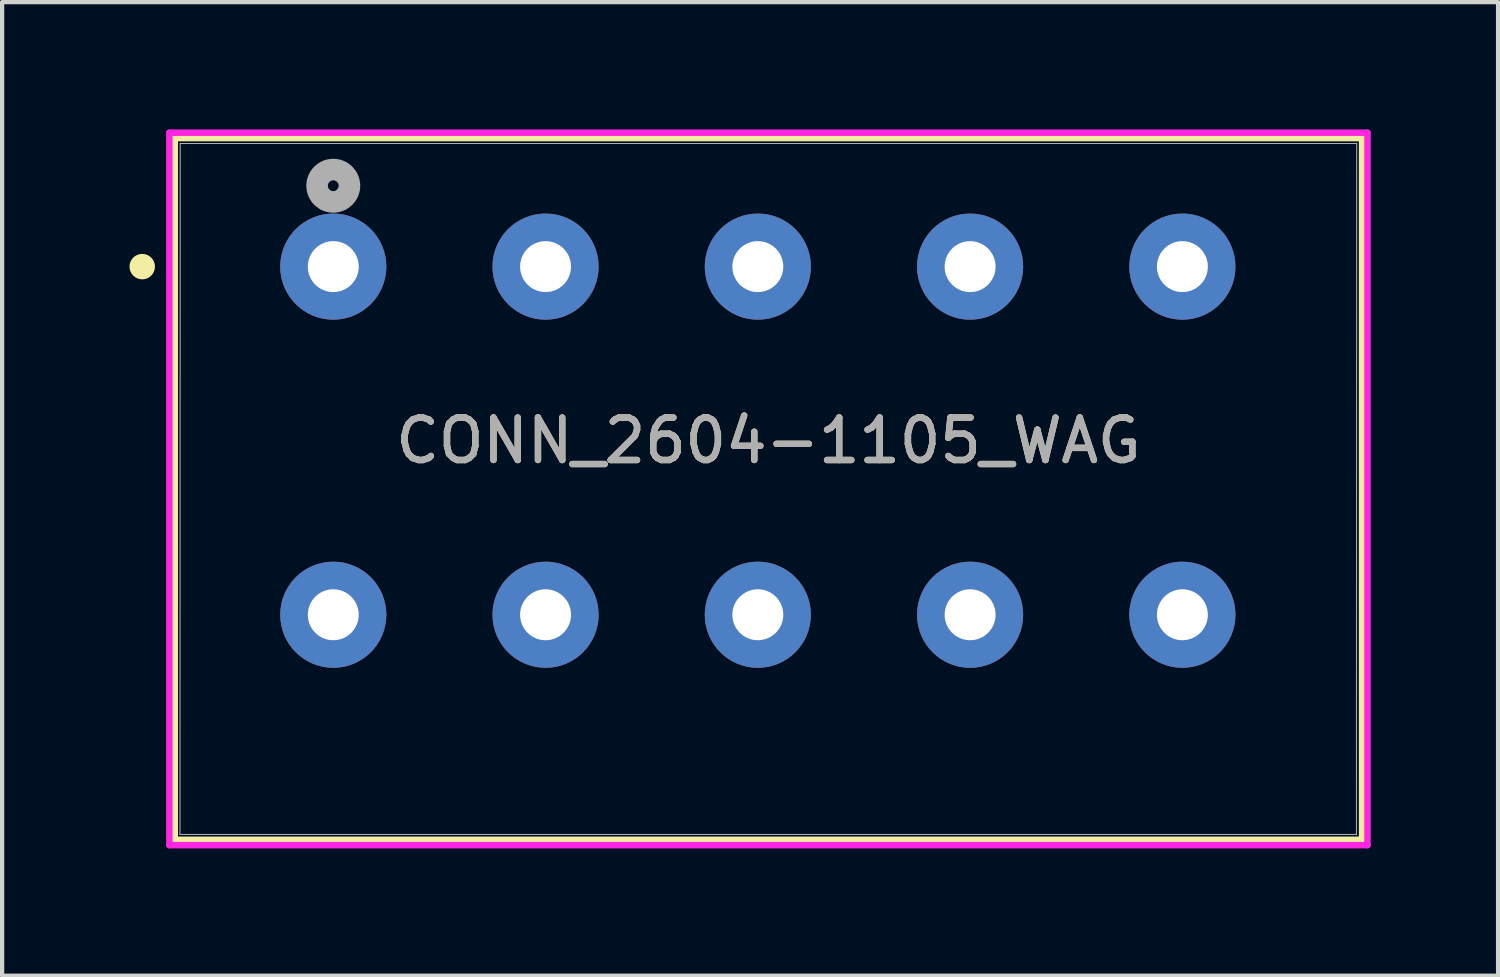
<source format=kicad_pcb>
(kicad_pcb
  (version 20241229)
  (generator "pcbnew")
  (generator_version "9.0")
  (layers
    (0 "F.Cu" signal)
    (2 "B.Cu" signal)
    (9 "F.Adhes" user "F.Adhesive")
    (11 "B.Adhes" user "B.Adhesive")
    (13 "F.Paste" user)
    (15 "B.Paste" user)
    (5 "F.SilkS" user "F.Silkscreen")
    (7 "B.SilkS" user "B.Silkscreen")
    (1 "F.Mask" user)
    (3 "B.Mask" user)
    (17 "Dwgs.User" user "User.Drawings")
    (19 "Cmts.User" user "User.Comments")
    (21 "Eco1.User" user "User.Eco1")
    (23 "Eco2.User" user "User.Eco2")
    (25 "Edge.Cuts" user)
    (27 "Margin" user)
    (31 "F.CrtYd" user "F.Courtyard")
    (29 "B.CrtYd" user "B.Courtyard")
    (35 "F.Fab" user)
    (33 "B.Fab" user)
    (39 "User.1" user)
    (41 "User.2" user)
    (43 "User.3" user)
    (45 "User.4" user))
  (footprint "CONN_2604-1105_WAG"
    (layer "F.Cu")
    (at 4.8 3.23)
    (property "Reference" "CONN_2604-1105_WAG" (at 10.25 4.1 0) (unlocked yes) (layer "F.SilkS") (effects (font (size 1 1) (thickness 0.15))))
    (attr through_hole)
    (fp_line (start -3.733 -3.027) (end -3.733 13.5) (stroke (width 0.152) (type solid)) (layer "F.SilkS"))
    (fp_line (start -3.733 13.5) (end 24.233 13.5) (stroke (width 0.152) (type solid)) (layer "F.SilkS"))
    (fp_line (start 24.233 -3.027) (end -3.733 -3.027) (stroke (width 0.152) (type solid)) (layer "F.SilkS"))
    (fp_line (start 24.233 13.5) (end 24.233 -3.027) (stroke (width 0.152) (type solid)) (layer "F.SilkS"))
    (fp_circle (center -4.5 0) (end -4.2 0) (stroke (width 0) (type solid)) (fill yes) (layer "F.SilkS"))
    (fp_line (start -3.86 -3.154) (end -3.86 13.627) (stroke (width 0.152) (type solid)) (layer "F.CrtYd"))
    (fp_line (start -3.86 13.627) (end 24.36 13.627) (stroke (width 0.152) (type solid)) (layer "F.CrtYd"))
    (fp_line (start 24.36 -3.154) (end -3.86 -3.154) (stroke (width 0.152) (type solid)) (layer "F.CrtYd"))
    (fp_line (start 24.36 13.627) (end 24.36 -3.154) (stroke (width 0.152) (type solid)) (layer "F.CrtYd"))
    (fp_line (start -3.611 13.375) (end 24.1 13.375) (stroke (width 0.025) (type solid)) (layer "F.Fab"))
    (fp_line (start -3.606 -2.9) (end -3.611 13.375) (stroke (width 0.025) (type solid)) (layer "F.Fab"))
    (fp_line (start 24.1 13.375) (end 24.106 -2.9) (stroke (width 0.025) (type solid)) (layer "F.Fab"))
    (fp_line (start 24.106 -2.9) (end -3.606 -2.9) (stroke (width 0.025) (type solid)) (layer "F.Fab"))
    (fp_circle (center 0 -1.905) (end 0.381 -1.905) (stroke (width 0.508) (type solid)) (fill no) (layer "F.Fab"))
    (fp_text user "${REFERENCE}" (at 10.25 4.1 0) (unlocked yes) (layer "F.Fab") (effects (font (size 1 1) (thickness 0.15))))
    (pad "1" thru_hole circle (at 0 0) (size 2.5 2.5) (drill 1.2) (layers "*.Cu" "*.Mask"))
    (pad "1" thru_hole circle (at 0 8.2) (size 2.5 2.5) (drill 1.2) (layers "*.Cu" "*.Mask"))
    (pad "2" thru_hole circle (at 5 0) (size 2.5 2.5) (drill 1.2) (layers "*.Cu" "*.Mask"))
    (pad "2" thru_hole circle (at 5 8.2) (size 2.5 2.5) (drill 1.2) (layers "*.Cu" "*.Mask"))
    (pad "3" thru_hole circle (at 10 0) (size 2.5 2.5) (drill 1.2) (layers "*.Cu" "*.Mask"))
    (pad "3" thru_hole circle (at 10 8.2) (size 2.5 2.5) (drill 1.2) (layers "*.Cu" "*.Mask"))
    (pad "4" thru_hole circle (at 15 0) (size 2.5 2.5) (drill 1.2) (layers "*.Cu" "*.Mask"))
    (pad "4" thru_hole circle (at 15 8.2) (size 2.5 2.5) (drill 1.2) (layers "*.Cu" "*.Mask"))
    (pad "5" thru_hole circle (at 20 0) (size 2.5 2.5) (drill 1.2) (layers "*.Cu" "*.Mask"))
    (pad "5" thru_hole circle (at 20 8.2) (size 2.5 2.5) (drill 1.2) (layers "*.Cu" "*.Mask")))
  (gr_rect
    (start -3 -3)
    (end 32.236 19.933)
    (stroke (width 0.1) (type default))
    (fill no)
    (layer "Edge.Cuts")))
</source>
